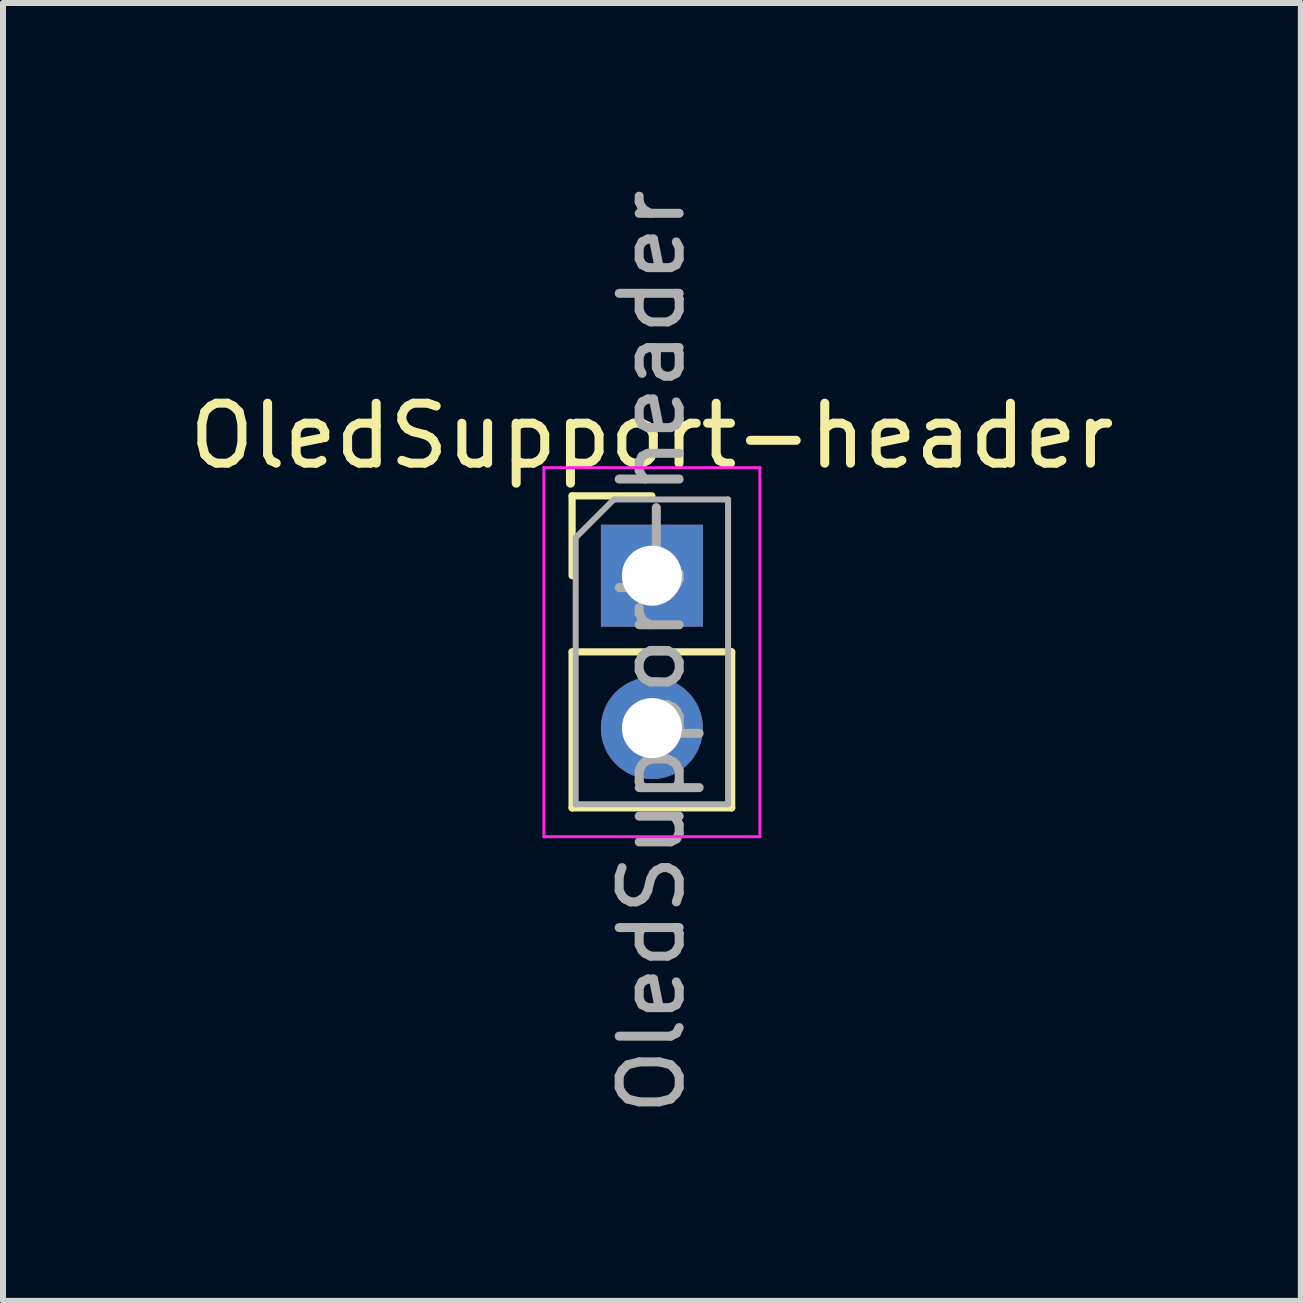
<source format=kicad_pcb>
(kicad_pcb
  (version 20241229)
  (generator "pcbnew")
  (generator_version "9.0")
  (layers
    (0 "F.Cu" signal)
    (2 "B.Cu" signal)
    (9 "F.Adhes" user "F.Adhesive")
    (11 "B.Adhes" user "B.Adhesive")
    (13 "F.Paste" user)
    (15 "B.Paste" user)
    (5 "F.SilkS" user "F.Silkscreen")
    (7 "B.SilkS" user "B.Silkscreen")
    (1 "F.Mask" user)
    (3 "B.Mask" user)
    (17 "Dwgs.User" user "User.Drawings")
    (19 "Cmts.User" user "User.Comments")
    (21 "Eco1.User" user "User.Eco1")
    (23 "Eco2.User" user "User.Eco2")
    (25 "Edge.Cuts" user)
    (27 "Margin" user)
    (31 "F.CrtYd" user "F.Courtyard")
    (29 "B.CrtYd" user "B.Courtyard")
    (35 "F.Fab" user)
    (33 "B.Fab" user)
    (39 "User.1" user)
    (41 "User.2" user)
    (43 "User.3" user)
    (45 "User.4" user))
  (footprint "OledSupport-header"
    (layer "F.Cu")
    (at 7.815 6.545)
    (property "Reference" "OledSupport-header" (at 0 -2.33 0) (layer "F.SilkS") (effects (font (size 1 1) (thickness 0.15))))
    (attr through_hole)
    (fp_line (start -1.33 -1.33) (end 0 -1.33) (stroke (width 0.12) (type solid)) (layer "F.SilkS"))
    (fp_line (start -1.33 0) (end -1.33 -1.33) (stroke (width 0.12) (type solid)) (layer "F.SilkS"))
    (fp_line (start -1.33 1.27) (end -1.33 3.87) (stroke (width 0.12) (type solid)) (layer "F.SilkS"))
    (fp_line (start -1.33 1.27) (end 1.33 1.27) (stroke (width 0.12) (type solid)) (layer "F.SilkS"))
    (fp_line (start -1.33 3.87) (end 1.33 3.87) (stroke (width 0.12) (type solid)) (layer "F.SilkS"))
    (fp_line (start 1.33 1.27) (end 1.33 3.87) (stroke (width 0.12) (type solid)) (layer "F.SilkS"))
    (fp_line (start -1.8 -1.8) (end -1.8 4.35) (stroke (width 0.05) (type solid)) (layer "F.CrtYd"))
    (fp_line (start -1.8 4.35) (end 1.8 4.35) (stroke (width 0.05) (type solid)) (layer "F.CrtYd"))
    (fp_line (start 1.8 -1.8) (end -1.8 -1.8) (stroke (width 0.05) (type solid)) (layer "F.CrtYd"))
    (fp_line (start 1.8 4.35) (end 1.8 -1.8) (stroke (width 0.05) (type solid)) (layer "F.CrtYd"))
    (fp_line (start -1.27 -0.635) (end -0.635 -1.27) (stroke (width 0.1) (type solid)) (layer "F.Fab"))
    (fp_line (start -1.27 3.81) (end -1.27 -0.635) (stroke (width 0.1) (type solid)) (layer "F.Fab"))
    (fp_line (start -0.635 -1.27) (end 1.27 -1.27) (stroke (width 0.1) (type solid)) (layer "F.Fab"))
    (fp_line (start 1.27 -1.27) (end 1.27 3.81) (stroke (width 0.1) (type solid)) (layer "F.Fab"))
    (fp_line (start 1.27 3.81) (end -1.27 3.81) (stroke (width 0.1) (type solid)) (layer "F.Fab"))
    (fp_text user "${REFERENCE}" (at 0 1.27 90) (layer "F.Fab") (effects (font (size 1 1) (thickness 0.15))))
    (pad "1" thru_hole rect (at 0 0) (size 1.7 1.7) (drill 1) (layers "*.Cu" "*.Mask"))
    (pad "2" thru_hole oval (at 0 2.54) (size 1.7 1.7) (drill 1) (layers "*.Cu" "*.Mask")))
  (gr_rect
    (start -3 -3)
    (end 18.631 18.631)
    (stroke (width 0.1) (type default))
    (fill no)
    (layer "Edge.Cuts")))
</source>
